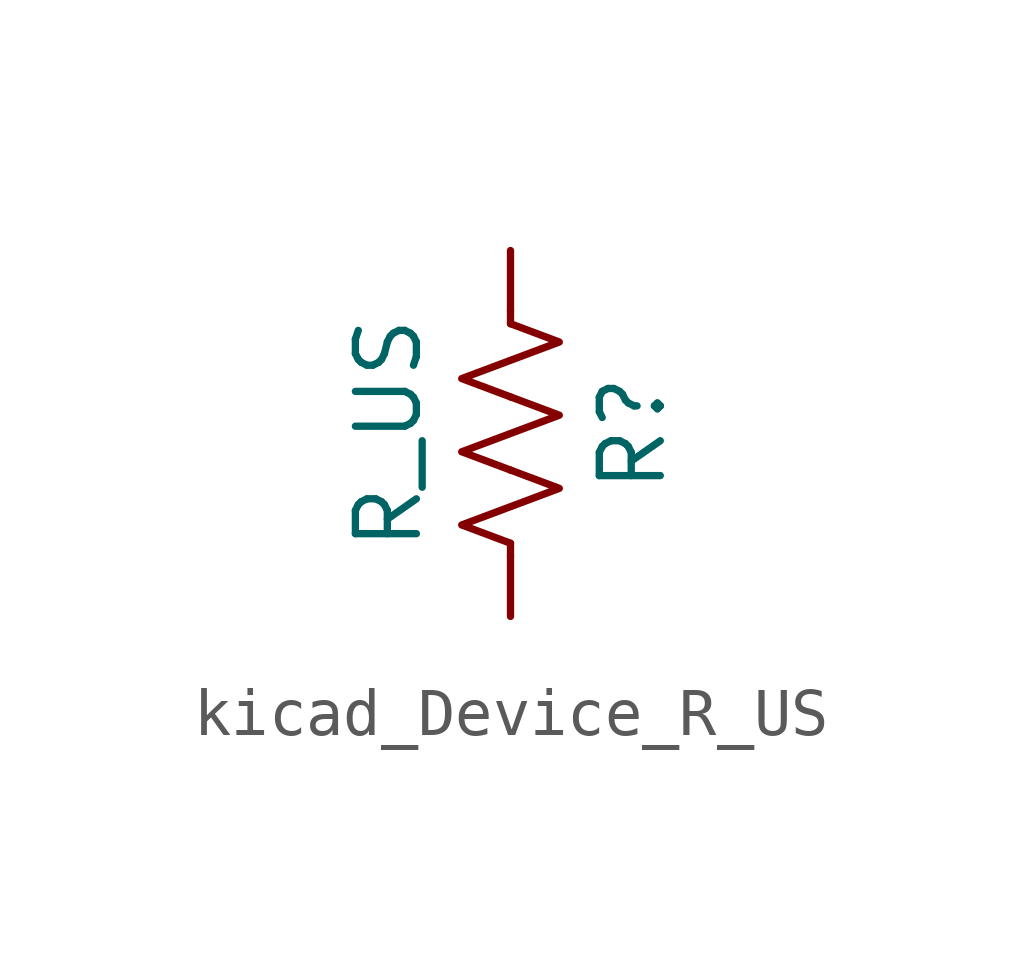
<source format=kicad_sym>
(kicad_symbol_lib
  (version 20220914)
  (generator kicad_symbol_editor)
  (symbol "kicad_Device_R_US"
    (pin_numbers hide)
    (pin_names
      (offset 0))
    (property "Reference" "R"
      (at 2.54 0 90)
      (effects (font (size 1.27 1.27))))
    (property "Value" "R_US"
      (at -2.54 0 90)
      (effects (font (size 1.27 1.27))))
    (symbol "kicad_Device_R_US_0_1"
      (polyline (pts (xy 0 -2.286) (xy 0 -2.54)) (stroke (width 0) (type default)) (fill (type none)))
      (polyline (pts (xy 0 2.286) (xy 0 2.54)) (stroke (width 0) (type default)) (fill (type none)))
      (polyline (pts (xy 0 -0.762) (xy 1.016 -1.143) (xy 0 -1.524) (xy -1.016 -1.905) (xy 0 -2.286)) (stroke (width 0) (type default)) (fill (type none)))
      (polyline (pts (xy 0 0.762) (xy 1.016 0.381) (xy 0 0) (xy -1.016 -0.381) (xy 0 -0.762)) (stroke (width 0) (type default)) (fill (type none)))
      (polyline (pts (xy 0 2.286) (xy 1.016 1.905) (xy 0 1.524) (xy -1.016 1.143) (xy 0 0.762)) (stroke (width 0) (type default)) (fill (type none))))
    (symbol "kicad_Device_R_US_1_1"
      (pin passive line (at 0 3.81 270) (length 1.27) (name "~" (effects (font (size 1.27 1.27)))) (number "1" (effects (font (size 1.27 1.27)))))
      (pin passive line (at 0 -3.81 90) (length 1.27) (name "~" (effects (font (size 1.27 1.27)))) (number "2" (effects (font (size 1.27 1.27))))))))
</source>
